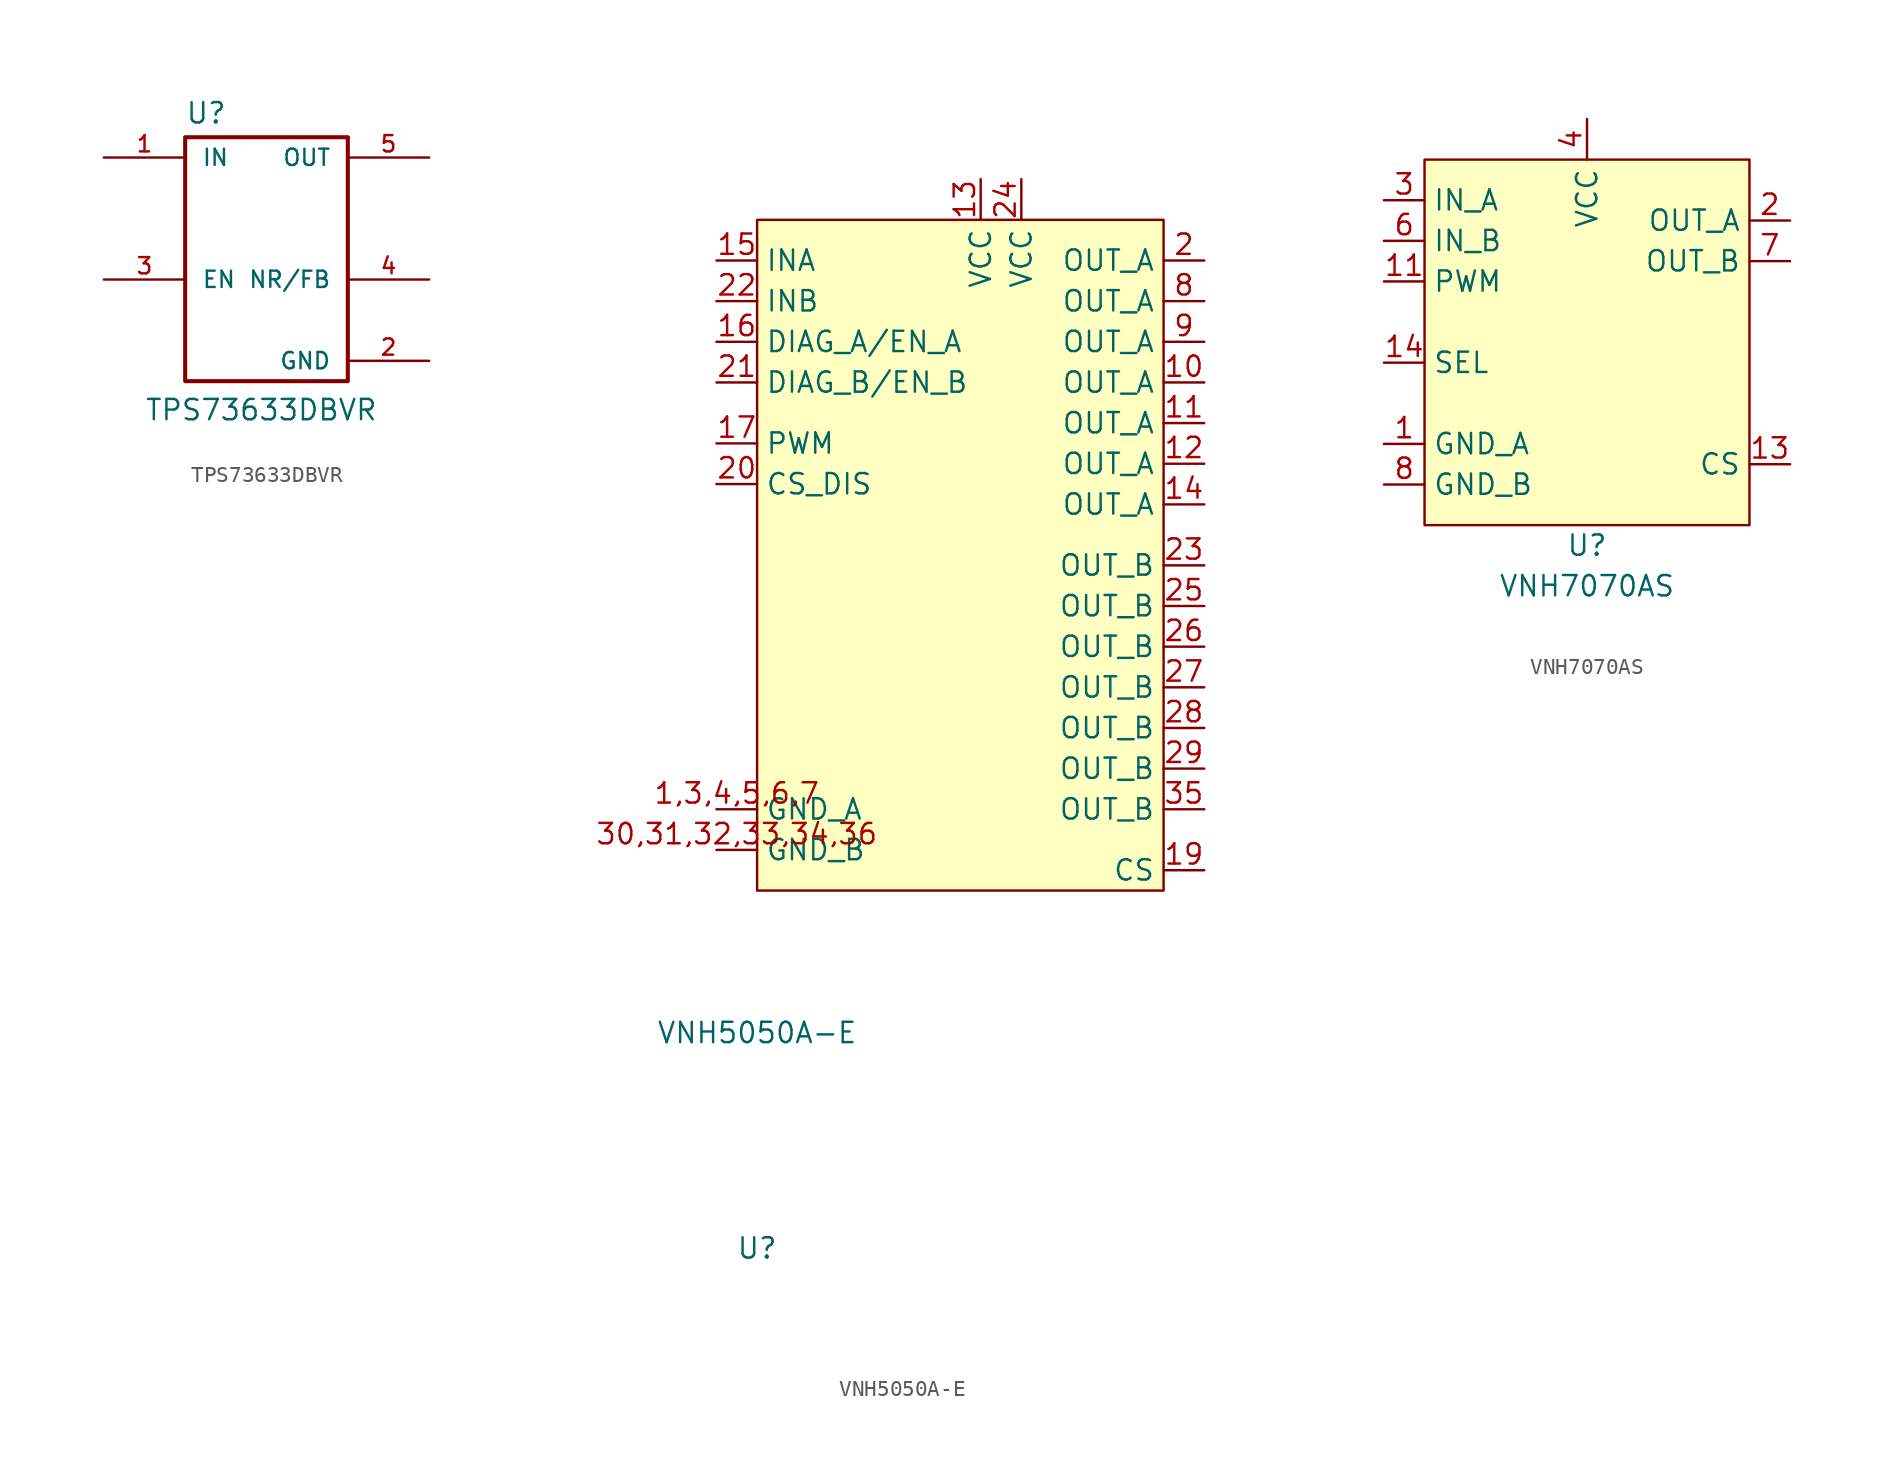
<source format=kicad_sym>
(kicad_symbol_lib
  (version 20231120)
  (generator "kicad_symbol_editor")
  (generator_version "8.0")
  (symbol "TPS73633DBVR"
    (pin_names
      (offset 1.016))
    (property "Reference" "U"
      (at -3.81 7.112 0)
      (effects (font (size 1.27 1.27)) (justify left bottom)))
    (property "Value" "TPS73633DBVR"
      (at -6.35 -11.43 0)
      (effects (font (size 1.27 1.27)) (justify left bottom)))
    (property "ki_locked" ""
      (at 0 0 0)
      (effects (font (size 1.27 1.27))))
    (symbol "TPS73633DBVR_0_0"
      (rectangle (start -3.81 6.35) (end 6.35 -8.89) (stroke (width 0.254) (type default)) (fill (type none)))
      (pin passive line (at -8.89 5.08 0) (length 5.08) (name "IN" (effects (font (size 1.016 1.016)))) (number "1" (effects (font (size 1.016 1.016)))))
      (pin power_in line (at 11.43 -7.62 180) (length 5.08) (name "GND" (effects (font (size 1.016 1.016)))) (number "2" (effects (font (size 1.016 1.016)))))
      (pin passive line (at -8.89 -2.54 0) (length 5.08) (name "EN" (effects (font (size 1.016 1.016)))) (number "3" (effects (font (size 1.016 1.016)))))
      (pin passive line (at 11.43 -2.54 180) (length 5.08) (name "NR/FB" (effects (font (size 1.016 1.016)))) (number "4" (effects (font (size 1.016 1.016)))))
      (pin passive line (at 11.43 5.08 180) (length 5.08) (name "OUT" (effects (font (size 1.016 1.016)))) (number "5" (effects (font (size 1.016 1.016)))))))
  (symbol "VNH5050A-E"
    (property "Reference" "U"
      (at 0 -13.462 0)
      (effects (font (size 1.27 1.27))))
    (property "Value" "VNH5050A-E"
      (at 0 0 0)
      (effects (font (size 1.27 1.27))))
    (symbol "VNH5050A-E_1_1"
      (rectangle (start 0 50.8) (end 25.4 8.89) (stroke (width 0) (type default)) (fill (type background)))
      (pin power_in line (at -2.54 13.97 0) (length 2.54) (name "GND_A" (effects (font (size 1.27 1.27)))) (number "1,3,4,5,6,7" (effects (font (size 1.27 1.27)))))
      (pin power_out line (at 27.94 40.64 180) (length 2.54) (name "OUT_A" (effects (font (size 1.27 1.27)))) (number "10" (effects (font (size 1.27 1.27)))))
      (pin power_out line (at 27.94 38.1 180) (length 2.54) (name "OUT_A" (effects (font (size 1.27 1.27)))) (number "11" (effects (font (size 1.27 1.27)))))
      (pin power_out line (at 27.94 35.56 180) (length 2.54) (name "OUT_A" (effects (font (size 1.27 1.27)))) (number "12" (effects (font (size 1.27 1.27)))))
      (pin power_in line (at 13.97 53.34 270) (length 2.54) (name "VCC" (effects (font (size 1.27 1.27)))) (number "13" (effects (font (size 1.27 1.27)))))
      (pin power_out line (at 27.94 33.02 180) (length 2.54) (name "OUT_A" (effects (font (size 1.27 1.27)))) (number "14" (effects (font (size 1.27 1.27)))))
      (pin input line (at -2.54 48.26 0) (length 2.54) (name "INA" (effects (font (size 1.27 1.27)))) (number "15" (effects (font (size 1.27 1.27)))))
      (pin bidirectional line (at -2.54 43.18 0) (length 2.54) (name "DIAG_A/EN_A" (effects (font (size 1.27 1.27)))) (number "16" (effects (font (size 1.27 1.27)))))
      (pin input line (at -2.54 36.83 0) (length 2.54) (name "PWM" (effects (font (size 1.27 1.27)))) (number "17" (effects (font (size 1.27 1.27)))))
      (pin output line (at 27.94 10.16 180) (length 2.54) (name "CS" (effects (font (size 1.27 1.27)))) (number "19" (effects (font (size 1.27 1.27)))))
      (pin power_out line (at 27.94 48.26 180) (length 2.54) (name "OUT_A" (effects (font (size 1.27 1.27)))) (number "2" (effects (font (size 1.27 1.27)))))
      (pin input line (at -2.54 34.29 0) (length 2.54) (name "CS_DIS" (effects (font (size 1.27 1.27)))) (number "20" (effects (font (size 1.27 1.27)))))
      (pin bidirectional line (at -2.54 40.64 0) (length 2.54) (name "DIAG_B/EN_B" (effects (font (size 1.27 1.27)))) (number "21" (effects (font (size 1.27 1.27)))))
      (pin input line (at -2.54 45.72 0) (length 2.54) (name "INB" (effects (font (size 1.27 1.27)))) (number "22" (effects (font (size 1.27 1.27)))))
      (pin power_out line (at 27.94 29.21 180) (length 2.54) (name "OUT_B" (effects (font (size 1.27 1.27)))) (number "23" (effects (font (size 1.27 1.27)))))
      (pin power_in line (at 16.51 53.34 270) (length 2.54) (name "VCC" (effects (font (size 1.27 1.27)))) (number "24" (effects (font (size 1.27 1.27)))))
      (pin power_out line (at 27.94 26.67 180) (length 2.54) (name "OUT_B" (effects (font (size 1.27 1.27)))) (number "25" (effects (font (size 1.27 1.27)))))
      (pin power_out line (at 27.94 24.13 180) (length 2.54) (name "OUT_B" (effects (font (size 1.27 1.27)))) (number "26" (effects (font (size 1.27 1.27)))))
      (pin power_out line (at 27.94 21.59 180) (length 2.54) (name "OUT_B" (effects (font (size 1.27 1.27)))) (number "27" (effects (font (size 1.27 1.27)))))
      (pin power_out line (at 27.94 19.05 180) (length 2.54) (name "OUT_B" (effects (font (size 1.27 1.27)))) (number "28" (effects (font (size 1.27 1.27)))))
      (pin power_out line (at 27.94 16.51 180) (length 2.54) (name "OUT_B" (effects (font (size 1.27 1.27)))) (number "29" (effects (font (size 1.27 1.27)))))
      (pin power_in line (at -2.54 11.43 0) (length 2.54) (name "GND_B" (effects (font (size 1.27 1.27)))) (number "30,31,32,33,34,36" (effects (font (size 1.27 1.27)))))
      (pin power_out line (at 27.94 13.97 180) (length 2.54) (name "OUT_B" (effects (font (size 1.27 1.27)))) (number "35" (effects (font (size 1.27 1.27)))))
      (pin power_out line (at 27.94 45.72 180) (length 2.54) (name "OUT_A" (effects (font (size 1.27 1.27)))) (number "8" (effects (font (size 1.27 1.27)))))
      (pin power_out line (at 27.94 43.18 180) (length 2.54) (name "OUT_A" (effects (font (size 1.27 1.27)))) (number "9" (effects (font (size 1.27 1.27)))))))
  (symbol "VNH7070AS"
    (property "Reference" "U"
      (at 0 -12.7 0)
      (effects (font (size 1.27 1.27))))
    (property "Value" "VNH7070AS"
      (at 0 -15.24 0)
      (effects (font (size 1.27 1.27))))
    (symbol "VNH7070AS_1_1"
      (rectangle (start -10.16 11.43) (end 10.16 -11.43) (stroke (width 0) (type default)) (fill (type background)))
      (pin power_in line (at -12.7 -6.35 0) (length 2.54) (name "GND_A" (effects (font (size 1.27 1.27)))) (number "1" (effects (font (size 1.27 1.27)))))
      (pin power_out line (at 12.7 5.08 180) (length 2.54) hide (name "OUT_B" (effects (font (size 1.27 1.27)))) (number "10" (effects (font (size 1.27 1.27)))))
      (pin input line (at -12.7 3.81 0) (length 2.54) (name "PWM" (effects (font (size 1.27 1.27)))) (number "11" (effects (font (size 1.27 1.27)))))
      (pin power_in line (at 0 13.97 270) (length 2.54) hide (name "VCC" (effects (font (size 1.27 1.27)))) (number "12" (effects (font (size 1.27 1.27)))))
      (pin output line (at 12.7 -7.62 180) (length 2.54) (name "CS" (effects (font (size 1.27 1.27)))) (number "13" (effects (font (size 1.27 1.27)))))
      (pin input line (at -12.7 -1.27 0) (length 2.54) (name "SEL" (effects (font (size 1.27 1.27)))) (number "14" (effects (font (size 1.27 1.27)))))
      (pin power_out line (at 12.7 7.62 180) (length 2.54) hide (name "OUT_A" (effects (font (size 1.27 1.27)))) (number "15" (effects (font (size 1.27 1.27)))))
      (pin power_in line (at -12.7 -6.35 0) (length 2.54) hide (name "GND_A" (effects (font (size 1.27 1.27)))) (number "16" (effects (font (size 1.27 1.27)))))
      (pin power_out line (at 12.7 7.62 180) (length 2.54) (name "OUT_A" (effects (font (size 1.27 1.27)))) (number "2" (effects (font (size 1.27 1.27)))))
      (pin input line (at -12.7 8.89 0) (length 2.54) (name "IN_A" (effects (font (size 1.27 1.27)))) (number "3" (effects (font (size 1.27 1.27)))))
      (pin power_in line (at 0 13.97 270) (length 2.54) (name "VCC" (effects (font (size 1.27 1.27)))) (number "4" (effects (font (size 1.27 1.27)))))
      (pin power_in line (at 0 13.97 270) (length 2.54) hide (name "VCC" (effects (font (size 1.27 1.27)))) (number "5" (effects (font (size 1.27 1.27)))))
      (pin input line (at -12.7 6.35 0) (length 2.54) (name "IN_B" (effects (font (size 1.27 1.27)))) (number "6" (effects (font (size 1.27 1.27)))))
      (pin power_out line (at 12.7 5.08 180) (length 2.54) (name "OUT_B" (effects (font (size 1.27 1.27)))) (number "7" (effects (font (size 1.27 1.27)))))
      (pin power_in line (at -12.7 -8.89 0) (length 2.54) (name "GND_B" (effects (font (size 1.27 1.27)))) (number "8" (effects (font (size 1.27 1.27)))))
      (pin power_in line (at -12.7 -8.89 0) (length 2.54) hide (name "GND_B" (effects (font (size 1.27 1.27)))) (number "9" (effects (font (size 1.27 1.27))))))))
</source>
